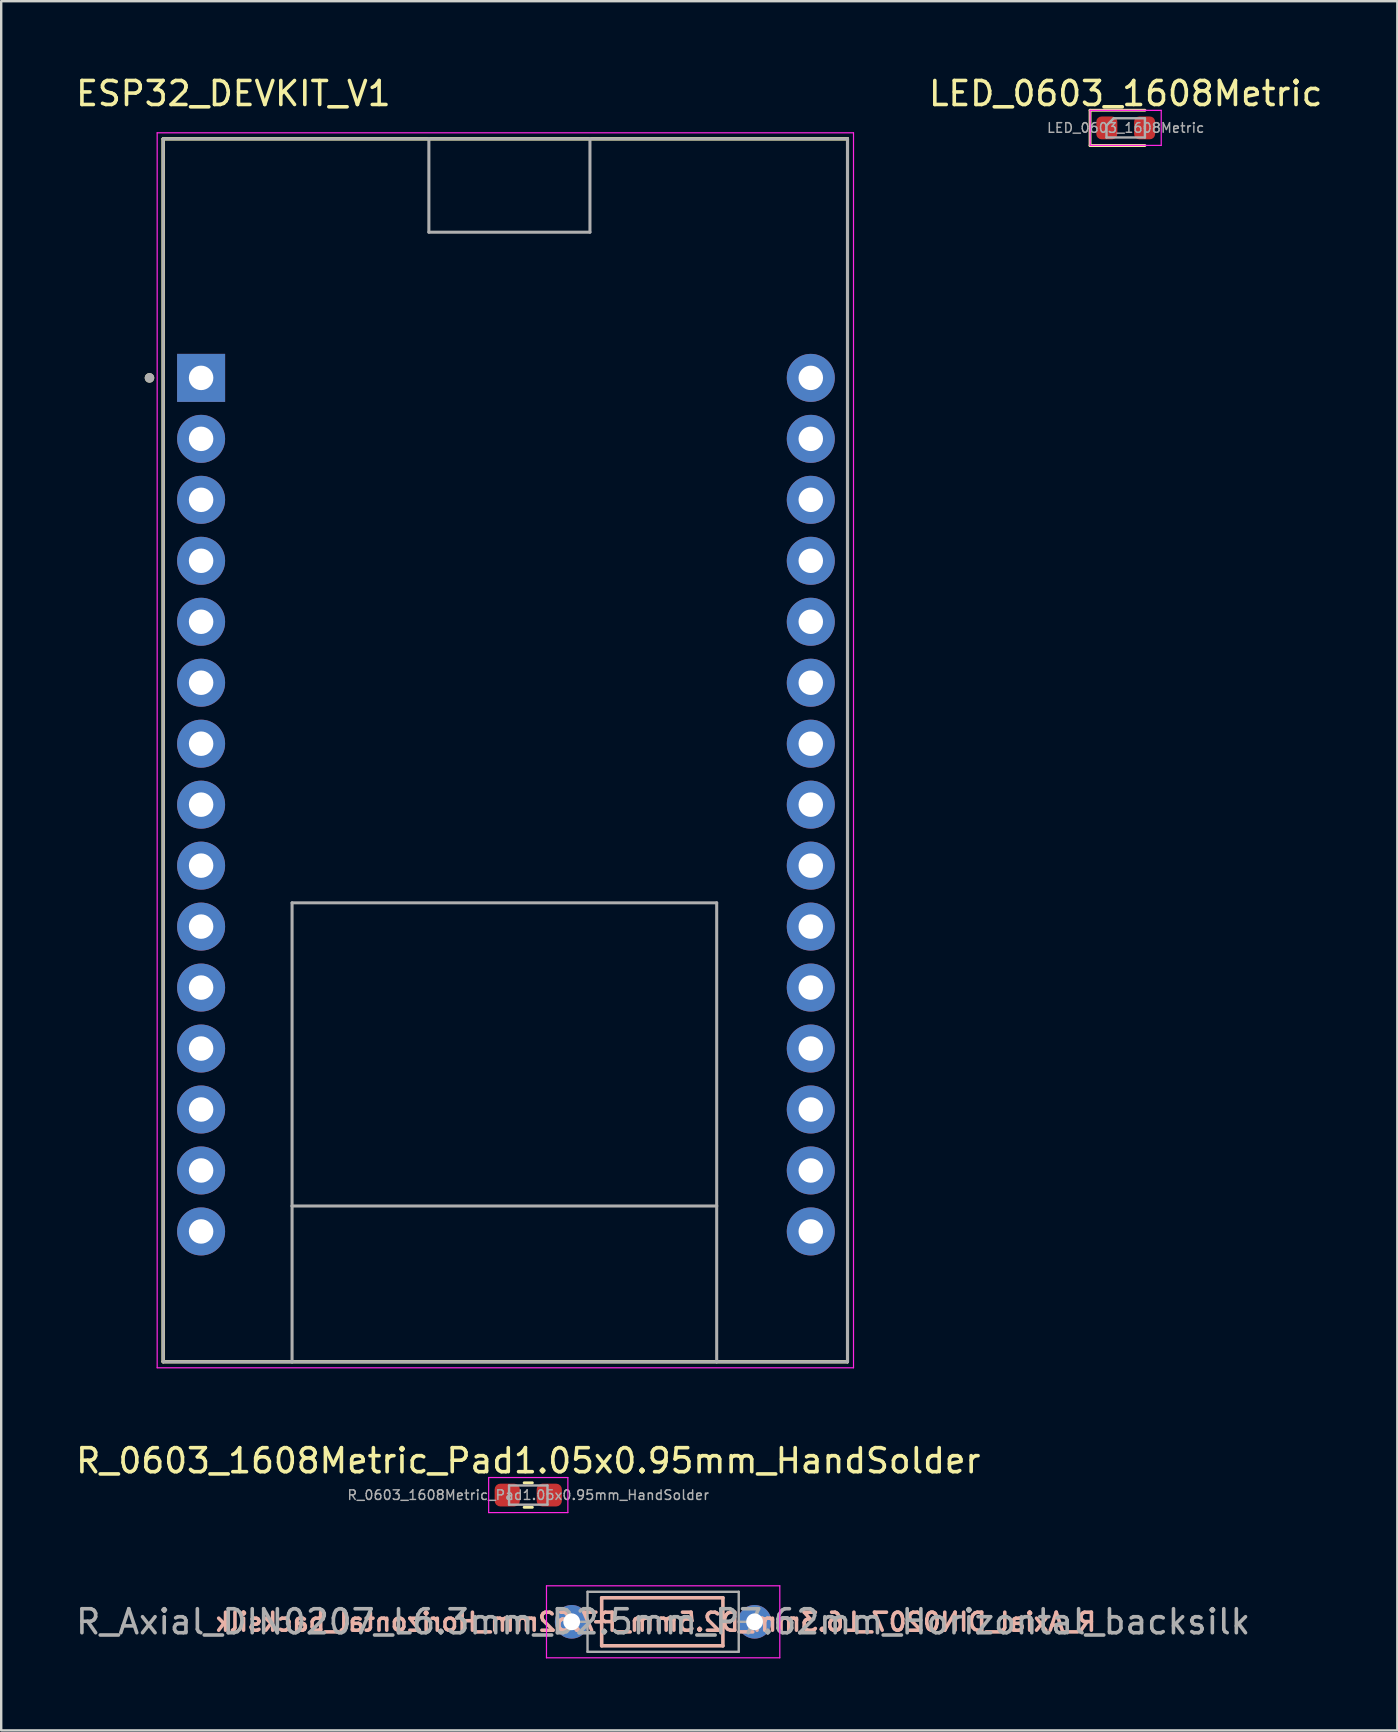
<source format=kicad_pcb>
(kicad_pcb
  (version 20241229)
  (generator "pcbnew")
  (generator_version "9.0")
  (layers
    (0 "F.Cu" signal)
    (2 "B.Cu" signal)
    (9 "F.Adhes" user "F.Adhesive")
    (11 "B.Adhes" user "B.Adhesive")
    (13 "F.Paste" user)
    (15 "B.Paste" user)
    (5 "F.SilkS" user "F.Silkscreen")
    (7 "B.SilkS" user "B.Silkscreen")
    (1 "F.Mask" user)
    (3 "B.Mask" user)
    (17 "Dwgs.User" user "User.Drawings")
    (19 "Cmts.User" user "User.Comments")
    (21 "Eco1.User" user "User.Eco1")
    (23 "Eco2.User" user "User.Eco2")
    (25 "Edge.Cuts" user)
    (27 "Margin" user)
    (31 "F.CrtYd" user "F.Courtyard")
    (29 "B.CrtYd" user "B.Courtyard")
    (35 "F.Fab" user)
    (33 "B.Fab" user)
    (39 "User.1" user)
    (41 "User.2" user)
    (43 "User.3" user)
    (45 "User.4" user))
  (footprint "R_Axial_DIN0207_L6.3mm_D2.5mm_P7.62mm_Horizontal_backsilk"
    (layer "F.Cu")
    (at 20.767 64.516)
    (property "Reference" "R_Axial_DIN0207_L6.3mm_D2.5mm_P7.62mm_Horizontal_backsilk" (at 3.49 0.01 0) (layer "B.SilkS") (effects (font (size 0.75 0.75) (thickness 0.15)) (justify mirror)))
    (attr through_hole)
    (fp_line (start 1.25 -1) (end 6.3 -1) (stroke (width 0.15) (type solid)) (layer "B.SilkS"))
    (fp_line (start 1.25 0) (end 1 0) (stroke (width 0.15) (type solid)) (layer "B.SilkS"))
    (fp_line (start 1.25 1) (end 1.25 -1) (stroke (width 0.15) (type solid)) (layer "B.SilkS"))
    (fp_line (start 6.3 -1) (end 6.3 1) (stroke (width 0.15) (type solid)) (layer "B.SilkS"))
    (fp_line (start 6.3 1) (end 1.25 1) (stroke (width 0.15) (type solid)) (layer "B.SilkS"))
    (fp_line (start 6.35 0) (end 6.6 0) (stroke (width 0.15) (type solid)) (layer "B.SilkS"))
    (fp_line (start -1.05 -1.5) (end -1.05 1.5) (stroke (width 0.05) (type solid)) (layer "F.CrtYd"))
    (fp_line (start -1.05 1.5) (end 8.67 1.5) (stroke (width 0.05) (type solid)) (layer "F.CrtYd"))
    (fp_line (start 8.67 -1.5) (end -1.05 -1.5) (stroke (width 0.05) (type solid)) (layer "F.CrtYd"))
    (fp_line (start 8.67 1.5) (end 8.67 -1.5) (stroke (width 0.05) (type solid)) (layer "F.CrtYd"))
    (fp_line (start 0 0) (end 0.66 0) (stroke (width 0.1) (type solid)) (layer "F.Fab"))
    (fp_line (start 0.66 -1.25) (end 0.66 1.25) (stroke (width 0.1) (type solid)) (layer "F.Fab"))
    (fp_line (start 0.66 1.25) (end 6.96 1.25) (stroke (width 0.1) (type solid)) (layer "F.Fab"))
    (fp_line (start 6.96 -1.25) (end 0.66 -1.25) (stroke (width 0.1) (type solid)) (layer "F.Fab"))
    (fp_line (start 6.96 1.25) (end 6.96 -1.25) (stroke (width 0.1) (type solid)) (layer "F.Fab"))
    (fp_line (start 7.62 0) (end 6.96 0) (stroke (width 0.1) (type solid)) (layer "F.Fab"))
    (fp_text user "${REFERENCE}" (at 3.81 0 0) (layer "F.Fab") (effects (font (size 1 1) (thickness 0.15))))
    (pad "1" thru_hole circle (at 0 0) (size 1.4 1.4) (drill 0.7) (layers "*.Cu" "*.Mask"))
    (pad "2" thru_hole circle (at 7.62 0) (size 1.4 1.4) (drill 0.7) (layers "*.Cu" "*.Mask")))
  (footprint "LED_0603_1608Metric"
    (layer "F.Cu")
    (at 43.848 2.278)
    (property "Reference" "LED_0603_1608Metric" (at 0 -1.43 0) (layer "F.SilkS") (effects (font (size 1 1) (thickness 0.15))))
    (attr smd)
    (fp_line (start -1.485 -0.735) (end -1.485 0.735) (stroke (width 0.12) (type solid)) (layer "F.SilkS"))
    (fp_line (start -1.485 0.735) (end 0.8 0.735) (stroke (width 0.12) (type solid)) (layer "F.SilkS"))
    (fp_line (start 0.8 -0.735) (end -1.485 -0.735) (stroke (width 0.12) (type solid)) (layer "F.SilkS"))
    (fp_line (start -1.48 -0.73) (end 1.48 -0.73) (stroke (width 0.05) (type solid)) (layer "F.CrtYd"))
    (fp_line (start -1.48 0.73) (end -1.48 -0.73) (stroke (width 0.05) (type solid)) (layer "F.CrtYd"))
    (fp_line (start 1.48 -0.73) (end 1.48 0.73) (stroke (width 0.05) (type solid)) (layer "F.CrtYd"))
    (fp_line (start 1.48 0.73) (end -1.48 0.73) (stroke (width 0.05) (type solid)) (layer "F.CrtYd"))
    (fp_line (start -0.8 -0.1) (end -0.8 0.4) (stroke (width 0.1) (type solid)) (layer "F.Fab"))
    (fp_line (start -0.8 0.4) (end 0.8 0.4) (stroke (width 0.1) (type solid)) (layer "F.Fab"))
    (fp_line (start -0.5 -0.4) (end -0.8 -0.1) (stroke (width 0.1) (type solid)) (layer "F.Fab"))
    (fp_line (start 0.8 -0.4) (end -0.5 -0.4) (stroke (width 0.1) (type solid)) (layer "F.Fab"))
    (fp_line (start 0.8 0.4) (end 0.8 -0.4) (stroke (width 0.1) (type solid)) (layer "F.Fab"))
    (fp_text user "${REFERENCE}" (at 0 0 0) (layer "F.Fab") (effects (font (size 0.4 0.4) (thickness 0.06))))
    (pad "1" smd roundrect (at -0.787 0) (size 0.875 0.95) (layers "F.Cu" "F.Mask" "F.Paste") (roundrect_rratio 0.25))
    (pad "2" smd roundrect (at 0.787 0) (size 0.875 0.95) (layers "F.Cu" "F.Mask" "F.Paste") (roundrect_rratio 0.25)))
  (footprint "R_0603_1608Metric_Pad1.05x0.95mm_HandSolder"
    (layer "F.Cu")
    (at 18.958 59.236)
    (property "Reference" "R_0603_1608Metric_Pad1.05x0.95mm_HandSolder" (at 0 -1.43 0) (layer "F.SilkS") (effects (font (size 1 1) (thickness 0.15))))
    (attr smd)
    (fp_line (start -0.171 -0.51) (end 0.171 -0.51) (stroke (width 0.12) (type solid)) (layer "F.SilkS"))
    (fp_line (start -0.171 0.51) (end 0.171 0.51) (stroke (width 0.12) (type solid)) (layer "F.SilkS"))
    (fp_line (start -1.65 -0.73) (end 1.65 -0.73) (stroke (width 0.05) (type solid)) (layer "F.CrtYd"))
    (fp_line (start -1.65 0.73) (end -1.65 -0.73) (stroke (width 0.05) (type solid)) (layer "F.CrtYd"))
    (fp_line (start 1.65 -0.73) (end 1.65 0.73) (stroke (width 0.05) (type solid)) (layer "F.CrtYd"))
    (fp_line (start 1.65 0.73) (end -1.65 0.73) (stroke (width 0.05) (type solid)) (layer "F.CrtYd"))
    (fp_line (start -0.8 -0.4) (end 0.8 -0.4) (stroke (width 0.1) (type solid)) (layer "F.Fab"))
    (fp_line (start -0.8 0.4) (end -0.8 -0.4) (stroke (width 0.1) (type solid)) (layer "F.Fab"))
    (fp_line (start 0.8 -0.4) (end 0.8 0.4) (stroke (width 0.1) (type solid)) (layer "F.Fab"))
    (fp_line (start 0.8 0.4) (end -0.8 0.4) (stroke (width 0.1) (type solid)) (layer "F.Fab"))
    (fp_text user "${REFERENCE}" (at 0 0 0) (layer "F.Fab") (effects (font (size 0.4 0.4) (thickness 0.06))))
    (pad "1" smd roundrect (at -0.875 0) (size 1.05 0.95) (layers "F.Cu" "F.Mask" "F.Paste") (roundrect_rratio 0.25))
    (pad "2" smd roundrect (at 0.875 0) (size 1.05 0.95) (layers "F.Cu" "F.Mask" "F.Paste") (roundrect_rratio 0.25)))
  (footprint "ESP32_DEVKIT_V1"
    (layer "F.Cu")
    (at 18.028 28.208)
    (property "Reference" "ESP32_DEVKIT_V1" (at -11.355 -27.36 0) (layer "F.SilkS") (effects (font (size 1 1) (thickness 0.15))))
    (attr through_hole)
    (fp_line (start -14.28 -25.475) (end -3.211 -25.475) (stroke (width 0.127) (type solid)) (layer "F.SilkS"))
    (fp_line (start -14.28 -25.475) (end 14.23 -25.475) (stroke (width 0.127) (type solid)) (layer "F.SilkS"))
    (fp_line (start -14.28 25.475) (end -14.28 -25.475) (stroke (width 0.127) (type solid)) (layer "F.SilkS"))
    (fp_line (start -14.28 25.475) (end -14.28 -25.475) (stroke (width 0.127) (type solid)) (layer "F.SilkS"))
    (fp_line (start -14.28 25.475) (end -8.91 25.475) (stroke (width 0.127) (type solid)) (layer "F.SilkS"))
    (fp_line (start -8.91 25.475) (end 8.78 25.475) (stroke (width 0.127) (type solid)) (layer "F.SilkS"))
    (fp_line (start -3.211 -25.475) (end 3.5 -25.475) (stroke (width 0.127) (type solid)) (layer "F.SilkS"))
    (fp_line (start 3.5 -25.475) (end 14.23 -25.475) (stroke (width 0.127) (type solid)) (layer "F.SilkS"))
    (fp_line (start 8.78 25.475) (end 14.23 25.475) (stroke (width 0.127) (type solid)) (layer "F.SilkS"))
    (fp_line (start 14.23 -25.475) (end 14.23 25.475) (stroke (width 0.127) (type solid)) (layer "F.SilkS"))
    (fp_line (start 14.23 -25.475) (end 14.23 25.475) (stroke (width 0.127) (type solid)) (layer "F.SilkS"))
    (fp_line (start 14.23 25.475) (end -14.28 25.475) (stroke (width 0.127) (type solid)) (layer "F.SilkS"))
    (fp_circle (center -14.85 -15.515) (end -14.75 -15.515) (stroke (width 0.2) (type solid)) (fill no) (layer "F.SilkS"))
    (fp_line (start -14.53 -25.725) (end -14.53 25.725) (stroke (width 0.05) (type solid)) (layer "F.CrtYd"))
    (fp_line (start -14.53 25.725) (end 14.48 25.725) (stroke (width 0.05) (type solid)) (layer "F.CrtYd"))
    (fp_line (start 14.48 -25.725) (end -14.53 -25.725) (stroke (width 0.05) (type solid)) (layer "F.CrtYd"))
    (fp_line (start 14.48 25.725) (end 14.48 -25.725) (stroke (width 0.05) (type solid)) (layer "F.CrtYd"))
    (fp_line (start -14.28 -25.475) (end -3.211 -25.475) (stroke (width 0.127) (type solid)) (layer "F.Fab"))
    (fp_line (start -14.28 25.475) (end -14.28 -25.475) (stroke (width 0.127) (type solid)) (layer "F.Fab"))
    (fp_line (start -14.28 25.475) (end -8.91 25.475) (stroke (width 0.127) (type solid)) (layer "F.Fab"))
    (fp_line (start -8.91 6.355) (end 8.78 6.355) (stroke (width 0.127) (type solid)) (layer "F.Fab"))
    (fp_line (start -8.91 18.985) (end -8.91 6.355) (stroke (width 0.127) (type solid)) (layer "F.Fab"))
    (fp_line (start -8.91 18.985) (end 8.78 18.985) (stroke (width 0.127) (type solid)) (layer "F.Fab"))
    (fp_line (start -8.91 25.475) (end -8.91 18.985) (stroke (width 0.127) (type solid)) (layer "F.Fab"))
    (fp_line (start -8.91 25.475) (end 8.78 25.475) (stroke (width 0.127) (type solid)) (layer "F.Fab"))
    (fp_line (start -3.211 -25.475) (end 3.5 -25.475) (stroke (width 0.127) (type solid)) (layer "F.Fab"))
    (fp_line (start -3.211 -21.585) (end -3.211 -25.475) (stroke (width 0.127) (type solid)) (layer "F.Fab"))
    (fp_line (start 3.5 -25.475) (end 3.5 -21.585) (stroke (width 0.127) (type solid)) (layer "F.Fab"))
    (fp_line (start 3.5 -25.475) (end 14.23 -25.475) (stroke (width 0.127) (type solid)) (layer "F.Fab"))
    (fp_line (start 3.5 -21.585) (end -3.211 -21.585) (stroke (width 0.127) (type solid)) (layer "F.Fab"))
    (fp_line (start 8.78 6.355) (end 8.78 18.985) (stroke (width 0.127) (type solid)) (layer "F.Fab"))
    (fp_line (start 8.78 18.985) (end 8.78 25.475) (stroke (width 0.127) (type solid)) (layer "F.Fab"))
    (fp_line (start 8.78 25.475) (end 14.23 25.475) (stroke (width 0.127) (type solid)) (layer "F.Fab"))
    (fp_line (start 14.23 -25.475) (end 14.23 25.475) (stroke (width 0.127) (type solid)) (layer "F.Fab"))
    (fp_circle (center -14.85 -15.515) (end -14.75 -15.515) (stroke (width 0.2) (type solid)) (fill no) (layer "F.Fab"))
    (pad "1" thru_hole rect (at -12.7 -15.515) (size 2 2) (drill 1.02) (layers "*.Cu" "*.Mask"))
    (pad "2" thru_hole circle (at -12.7 -12.975) (size 2 2) (drill 1.02) (layers "*.Cu" "*.Mask"))
    (pad "3" thru_hole circle (at -12.7 -10.435) (size 2 2) (drill 1.02) (layers "*.Cu" "*.Mask"))
    (pad "4" thru_hole circle (at -12.7 -7.895) (size 2 2) (drill 1.02) (layers "*.Cu" "*.Mask"))
    (pad "5" thru_hole circle (at -12.7 -5.355) (size 2 2) (drill 1.02) (layers "*.Cu" "*.Mask"))
    (pad "6" thru_hole circle (at -12.7 -2.815) (size 2 2) (drill 1.02) (layers "*.Cu" "*.Mask"))
    (pad "7" thru_hole circle (at -12.7 -0.275) (size 2 2) (drill 1.02) (layers "*.Cu" "*.Mask"))
    (pad "8" thru_hole circle (at -12.7 2.265) (size 2 2) (drill 1.02) (layers "*.Cu" "*.Mask"))
    (pad "9" thru_hole circle (at -12.7 4.805) (size 2 2) (drill 1.02) (layers "*.Cu" "*.Mask"))
    (pad "10" thru_hole circle (at -12.7 7.345) (size 2 2) (drill 1.02) (layers "*.Cu" "*.Mask"))
    (pad "11" thru_hole circle (at -12.7 9.885) (size 2 2) (drill 1.02) (layers "*.Cu" "*.Mask"))
    (pad "12" thru_hole circle (at -12.7 12.425) (size 2 2) (drill 1.02) (layers "*.Cu" "*.Mask"))
    (pad "13" thru_hole circle (at -12.7 14.965) (size 2 2) (drill 1.02) (layers "*.Cu" "*.Mask"))
    (pad "14" thru_hole circle (at -12.7 17.505) (size 2 2) (drill 1.02) (layers "*.Cu" "*.Mask"))
    (pad "15" thru_hole circle (at -12.7 20.045) (size 2 2) (drill 1.02) (layers "*.Cu" "*.Mask"))
    (pad "16" thru_hole circle (at 12.7 20.045) (size 2 2) (drill 1.02) (layers "*.Cu" "*.Mask"))
    (pad "17" thru_hole circle (at 12.7 17.505) (size 2 2) (drill 1.02) (layers "*.Cu" "*.Mask"))
    (pad "18" thru_hole circle (at 12.7 14.965) (size 2 2) (drill 1.02) (layers "*.Cu" "*.Mask"))
    (pad "19" thru_hole circle (at 12.7 12.425) (size 2 2) (drill 1.02) (layers "*.Cu" "*.Mask"))
    (pad "20" thru_hole circle (at 12.7 9.885) (size 2 2) (drill 1.02) (layers "*.Cu" "*.Mask"))
    (pad "21" thru_hole circle (at 12.7 7.345) (size 2 2) (drill 1.02) (layers "*.Cu" "*.Mask"))
    (pad "22" thru_hole circle (at 12.7 4.805) (size 2 2) (drill 1.02) (layers "*.Cu" "*.Mask"))
    (pad "23" thru_hole circle (at 12.7 2.265) (size 2 2) (drill 1.02) (layers "*.Cu" "*.Mask"))
    (pad "24" thru_hole circle (at 12.7 -0.275) (size 2 2) (drill 1.02) (layers "*.Cu" "*.Mask"))
    (pad "25" thru_hole circle (at 12.7 -2.815) (size 2 2) (drill 1.02) (layers "*.Cu" "*.Mask"))
    (pad "26" thru_hole circle (at 12.7 -5.355) (size 2 2) (drill 1.02) (layers "*.Cu" "*.Mask"))
    (pad "27" thru_hole circle (at 12.7 -7.895) (size 2 2) (drill 1.02) (layers "*.Cu" "*.Mask"))
    (pad "28" thru_hole circle (at 12.7 -10.435) (size 2 2) (drill 1.02) (layers "*.Cu" "*.Mask"))
    (pad "29" thru_hole circle (at 12.7 -12.975) (size 2 2) (drill 1.02) (layers "*.Cu" "*.Mask"))
    (pad "30" thru_hole circle (at 12.7 -15.515) (size 2 2) (drill 1.02) (layers "*.Cu" "*.Mask")))
  (gr_rect
    (start -3 -3)
    (end 55.164 69.041)
    (stroke (width 0.1) (type default))
    (fill no)
    (layer "Edge.Cuts")))
</source>
